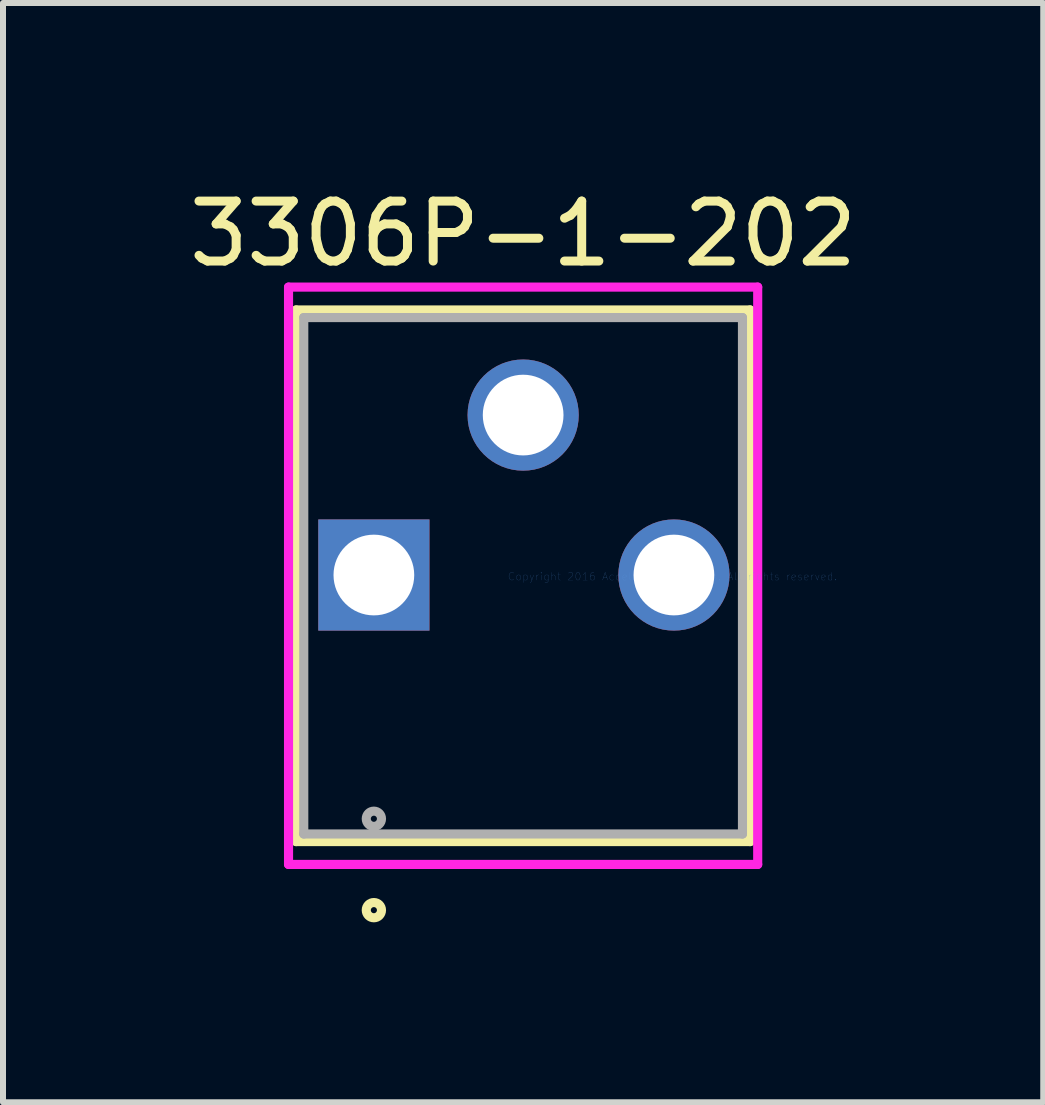
<source format=kicad_pcb>
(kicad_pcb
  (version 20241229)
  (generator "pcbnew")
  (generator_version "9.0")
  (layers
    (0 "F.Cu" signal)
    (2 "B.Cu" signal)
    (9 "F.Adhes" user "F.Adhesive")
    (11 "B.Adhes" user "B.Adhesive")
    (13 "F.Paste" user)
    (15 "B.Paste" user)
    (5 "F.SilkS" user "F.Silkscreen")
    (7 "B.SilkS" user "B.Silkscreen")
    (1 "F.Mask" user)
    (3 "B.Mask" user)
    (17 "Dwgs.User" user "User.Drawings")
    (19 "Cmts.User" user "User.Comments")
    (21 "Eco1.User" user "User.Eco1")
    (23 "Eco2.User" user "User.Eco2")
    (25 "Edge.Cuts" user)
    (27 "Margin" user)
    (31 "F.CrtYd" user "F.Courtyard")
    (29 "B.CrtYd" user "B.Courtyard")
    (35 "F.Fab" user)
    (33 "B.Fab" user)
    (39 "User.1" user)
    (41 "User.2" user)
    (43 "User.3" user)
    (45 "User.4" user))
  (footprint "3306P-1-202"
    (layer "F.Cu")
    (at 8.162 6.563)
    (property "Reference" "3306P-1-202" (at -2.489 -5.715 0) (layer "F.SilkS") (effects (font (size 1 1) (thickness 0.15))))
    (attr through_hole)
    (fp_line (start -6.274 -4.445) (end -6.274 4.42) (stroke (width 0.152) (type solid)) (layer "F.SilkS"))
    (fp_line (start -6.274 4.42) (end 1.295 4.42) (stroke (width 0.152) (type solid)) (layer "F.SilkS"))
    (fp_line (start 1.295 -4.445) (end -6.274 -4.445) (stroke (width 0.152) (type solid)) (layer "F.SilkS"))
    (fp_line (start 1.295 4.42) (end 1.295 -4.445) (stroke (width 0.152) (type solid)) (layer "F.SilkS"))
    (fp_circle (center -4.978 5.563) (end -4.851 5.563) (stroke (width 0.152) (type solid)) (fill no) (layer "F.SilkS"))
    (fp_line (start -6.401 -4.826) (end 1.422 -4.826) (stroke (width 0.152) (type solid)) (layer "F.CrtYd"))
    (fp_line (start -6.401 4.801) (end -6.401 -4.826) (stroke (width 0.152) (type solid)) (layer "F.CrtYd"))
    (fp_line (start 1.422 -4.826) (end 1.422 4.801) (stroke (width 0.152) (type solid)) (layer "F.CrtYd"))
    (fp_line (start 1.422 4.801) (end -6.401 4.801) (stroke (width 0.152) (type solid)) (layer "F.CrtYd"))
    (fp_line (start -6.147 -4.318) (end -6.147 4.293) (stroke (width 0.152) (type solid)) (layer "F.Fab"))
    (fp_line (start -6.147 4.293) (end 1.168 4.293) (stroke (width 0.152) (type solid)) (layer "F.Fab"))
    (fp_line (start 1.168 -4.318) (end -6.147 -4.318) (stroke (width 0.152) (type solid)) (layer "F.Fab"))
    (fp_line (start 1.168 4.293) (end 1.168 -4.318) (stroke (width 0.152) (type solid)) (layer "F.Fab"))
    (fp_circle (center -4.978 4.039) (end -4.851 4.039) (stroke (width 0.152) (type solid)) (fill no) (layer "F.Fab"))
    (fp_text user "Copyright 2016 Accelerated Designs. All rights reserved." (at 0 0 0) (layer "Cmts.User") (effects (font (size 0.127 0.127) (thickness 0.002))))
    (fp_text user "*" (at 0 0 0) (layer "F.Fab") (effects (font (size 1 1) (thickness 0.15))))
    (pad "1" thru_hole rect (at -4.978 -0.025) (size 1.854 1.854) (drill 1.346) (layers "*.Cu" "*.Mask"))
    (pad "2" thru_hole circle (at -2.489 -2.692) (size 1.854 1.854) (drill 1.346) (layers "*.Cu" "*.Mask"))
    (pad "3" thru_hole circle (at 0.025 -0.025) (size 1.854 1.854) (drill 1.346) (layers "*.Cu" "*.Mask")))
  (gr_rect
    (start -3 -3)
    (end 14.345 15.329)
    (stroke (width 0.1) (type default))
    (fill no)
    (layer "Edge.Cuts")))
</source>
